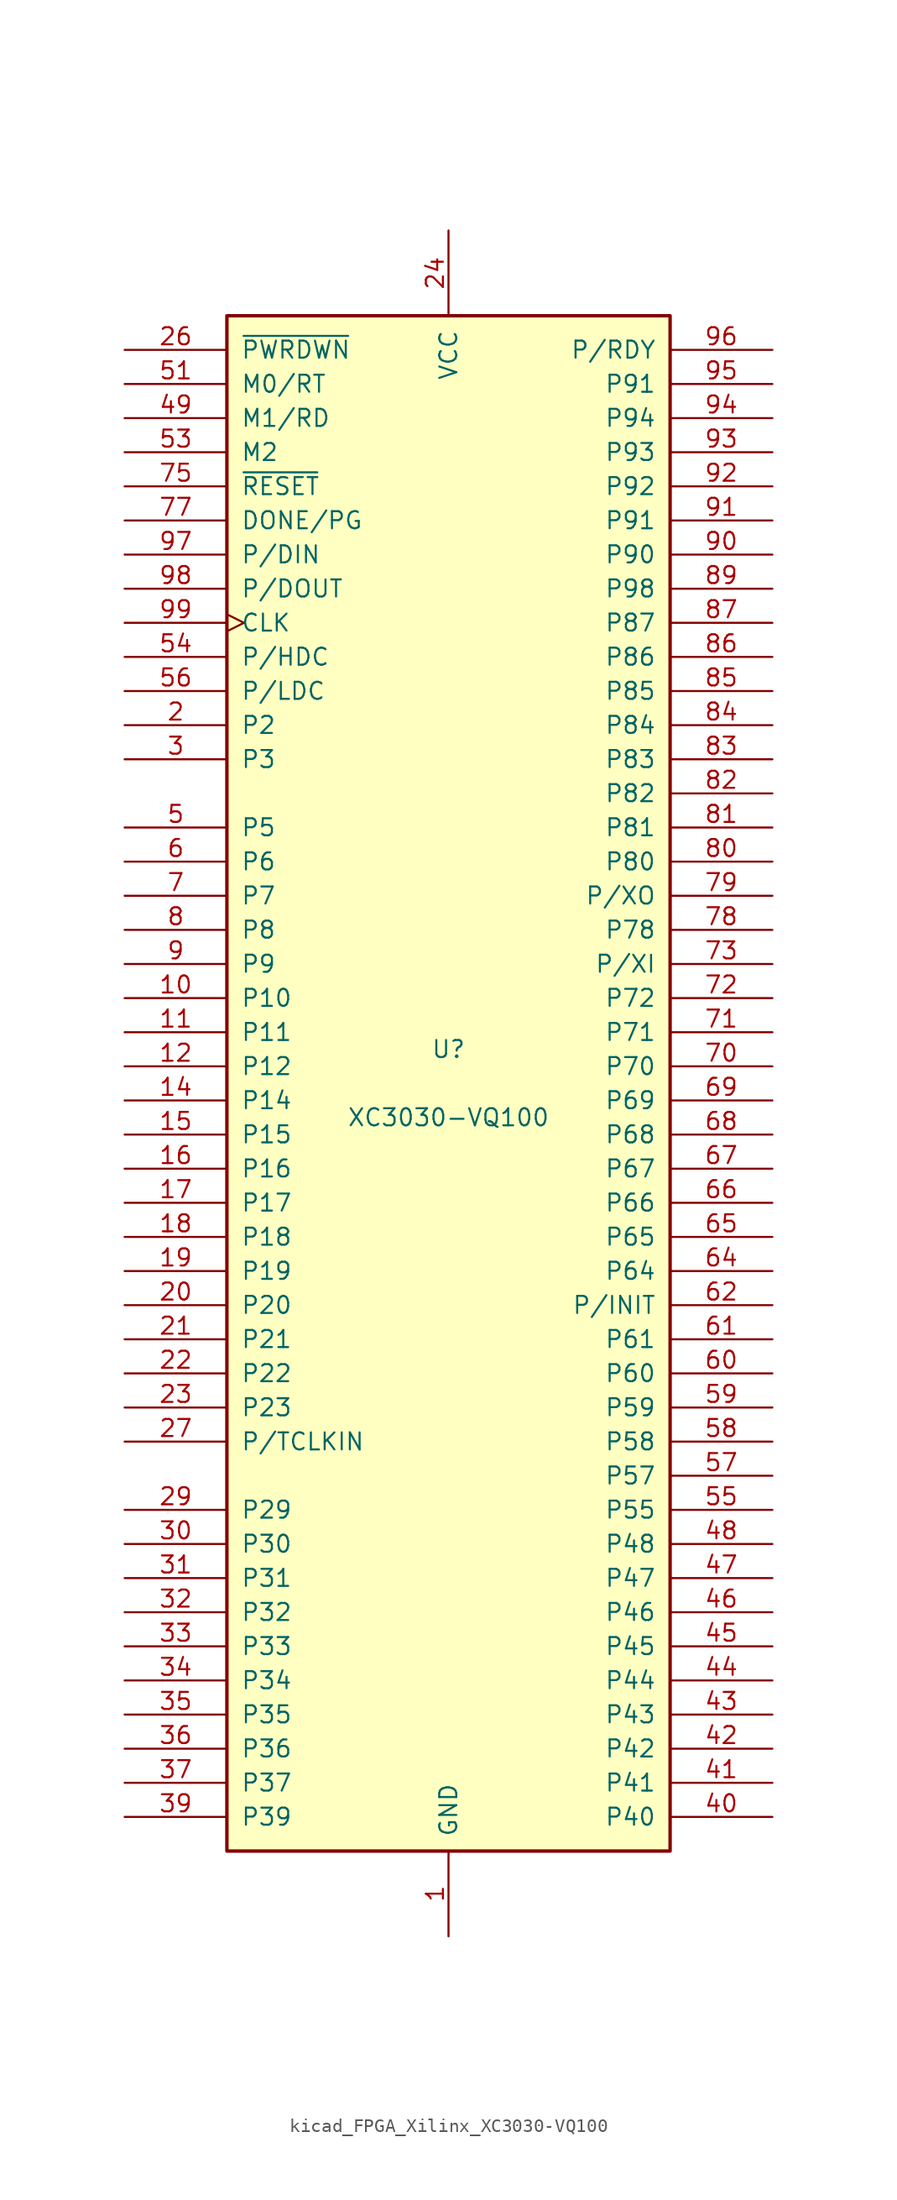
<source format=kicad_sym>
(kicad_symbol_lib
  (version 20220914)
  (generator kicad_symbol_editor)
  (symbol "kicad_FPGA_Xilinx_XC3030-VQ100"
    (pin_names
      (offset 1.016))
    (property "Reference" "U"
      (at 0 2.54 0)
      (effects (font (size 1.27 1.27))))
    (property "Value" "XC3030-VQ100"
      (at 0 -2.54 0)
      (effects (font (size 1.27 1.27))))
    (symbol "kicad_FPGA_Xilinx_XC3030-VQ100_0_1"
      (rectangle (start -16.51 -57.15) (end 16.51 57.15) (stroke (width 0.254) (type default)) (fill (type background))))
    (symbol "kicad_FPGA_Xilinx_XC3030-VQ100_1_1"
      (pin power_in line (at 0 -63.5 90) (length 6.35) (name "GND" (effects (font (size 1.27 1.27)))) (number "1" (effects (font (size 1.27 1.27)))))
      (pin passive line (at -24.13 6.35 0) (length 7.62) (name "P10" (effects (font (size 1.27 1.27)))) (number "10" (effects (font (size 1.27 1.27)))))
      (pin passive line (at 0 63.5 270) (length 6.35) hide (name "VCC" (effects (font (size 1.27 1.27)))) (number "100" (effects (font (size 1.27 1.27)))))
      (pin passive line (at -24.13 3.81 0) (length 7.62) (name "P11" (effects (font (size 1.27 1.27)))) (number "11" (effects (font (size 1.27 1.27)))))
      (pin passive line (at -24.13 1.27 0) (length 7.62) (name "P12" (effects (font (size 1.27 1.27)))) (number "12" (effects (font (size 1.27 1.27)))))
      (pin passive line (at 0 -63.5 90) (length 6.35) hide (name "GND" (effects (font (size 1.27 1.27)))) (number "13" (effects (font (size 1.27 1.27)))))
      (pin passive line (at -24.13 -1.27 0) (length 7.62) (name "P14" (effects (font (size 1.27 1.27)))) (number "14" (effects (font (size 1.27 1.27)))))
      (pin passive line (at -24.13 -3.81 0) (length 7.62) (name "P15" (effects (font (size 1.27 1.27)))) (number "15" (effects (font (size 1.27 1.27)))))
      (pin passive line (at -24.13 -6.35 0) (length 7.62) (name "P16" (effects (font (size 1.27 1.27)))) (number "16" (effects (font (size 1.27 1.27)))))
      (pin passive line (at -24.13 -8.89 0) (length 7.62) (name "P17" (effects (font (size 1.27 1.27)))) (number "17" (effects (font (size 1.27 1.27)))))
      (pin passive line (at -24.13 -11.43 0) (length 7.62) (name "P18" (effects (font (size 1.27 1.27)))) (number "18" (effects (font (size 1.27 1.27)))))
      (pin passive line (at -24.13 -13.97 0) (length 7.62) (name "P19" (effects (font (size 1.27 1.27)))) (number "19" (effects (font (size 1.27 1.27)))))
      (pin passive line (at -24.13 26.67 0) (length 7.62) (name "P2" (effects (font (size 1.27 1.27)))) (number "2" (effects (font (size 1.27 1.27)))))
      (pin passive line (at -24.13 -16.51 0) (length 7.62) (name "P20" (effects (font (size 1.27 1.27)))) (number "20" (effects (font (size 1.27 1.27)))))
      (pin passive line (at -24.13 -19.05 0) (length 7.62) (name "P21" (effects (font (size 1.27 1.27)))) (number "21" (effects (font (size 1.27 1.27)))))
      (pin passive line (at -24.13 -21.59 0) (length 7.62) (name "P22" (effects (font (size 1.27 1.27)))) (number "22" (effects (font (size 1.27 1.27)))))
      (pin passive line (at -24.13 -24.13 0) (length 7.62) (name "P23" (effects (font (size 1.27 1.27)))) (number "23" (effects (font (size 1.27 1.27)))))
      (pin power_in line (at 0 63.5 270) (length 6.35) (name "VCC" (effects (font (size 1.27 1.27)))) (number "24" (effects (font (size 1.27 1.27)))))
      (pin passive line (at 0 -63.5 90) (length 6.35) hide (name "GND" (effects (font (size 1.27 1.27)))) (number "25" (effects (font (size 1.27 1.27)))))
      (pin input line (at -24.13 54.61 0) (length 7.62) (name "~{PWRDWN}" (effects (font (size 1.27 1.27)))) (number "26" (effects (font (size 1.27 1.27)))))
      (pin passive line (at -24.13 -26.67 0) (length 7.62) (name "P/TCLKIN" (effects (font (size 1.27 1.27)))) (number "27" (effects (font (size 1.27 1.27)))))
      (pin passive line (at -24.13 -31.75 0) (length 7.62) (name "P29" (effects (font (size 1.27 1.27)))) (number "29" (effects (font (size 1.27 1.27)))))
      (pin passive line (at -24.13 24.13 0) (length 7.62) (name "P3" (effects (font (size 1.27 1.27)))) (number "3" (effects (font (size 1.27 1.27)))))
      (pin passive line (at -24.13 -34.29 0) (length 7.62) (name "P30" (effects (font (size 1.27 1.27)))) (number "30" (effects (font (size 1.27 1.27)))))
      (pin passive line (at -24.13 -36.83 0) (length 7.62) (name "P31" (effects (font (size 1.27 1.27)))) (number "31" (effects (font (size 1.27 1.27)))))
      (pin passive line (at -24.13 -39.37 0) (length 7.62) (name "P32" (effects (font (size 1.27 1.27)))) (number "32" (effects (font (size 1.27 1.27)))))
      (pin passive line (at -24.13 -41.91 0) (length 7.62) (name "P33" (effects (font (size 1.27 1.27)))) (number "33" (effects (font (size 1.27 1.27)))))
      (pin passive line (at -24.13 -44.45 0) (length 7.62) (name "P34" (effects (font (size 1.27 1.27)))) (number "34" (effects (font (size 1.27 1.27)))))
      (pin passive line (at -24.13 -46.99 0) (length 7.62) (name "P35" (effects (font (size 1.27 1.27)))) (number "35" (effects (font (size 1.27 1.27)))))
      (pin passive line (at -24.13 -49.53 0) (length 7.62) (name "P36" (effects (font (size 1.27 1.27)))) (number "36" (effects (font (size 1.27 1.27)))))
      (pin passive line (at -24.13 -52.07 0) (length 7.62) (name "P37" (effects (font (size 1.27 1.27)))) (number "37" (effects (font (size 1.27 1.27)))))
      (pin passive line (at 0 63.5 270) (length 6.35) hide (name "VCC" (effects (font (size 1.27 1.27)))) (number "38" (effects (font (size 1.27 1.27)))))
      (pin passive line (at -24.13 -54.61 0) (length 7.62) (name "P39" (effects (font (size 1.27 1.27)))) (number "39" (effects (font (size 1.27 1.27)))))
      (pin passive line (at 24.13 -54.61 180) (length 7.62) (name "P40" (effects (font (size 1.27 1.27)))) (number "40" (effects (font (size 1.27 1.27)))))
      (pin passive line (at 24.13 -52.07 180) (length 7.62) (name "P41" (effects (font (size 1.27 1.27)))) (number "41" (effects (font (size 1.27 1.27)))))
      (pin passive line (at 24.13 -49.53 180) (length 7.62) (name "P42" (effects (font (size 1.27 1.27)))) (number "42" (effects (font (size 1.27 1.27)))))
      (pin passive line (at 24.13 -46.99 180) (length 7.62) (name "P43" (effects (font (size 1.27 1.27)))) (number "43" (effects (font (size 1.27 1.27)))))
      (pin passive line (at 24.13 -44.45 180) (length 7.62) (name "P44" (effects (font (size 1.27 1.27)))) (number "44" (effects (font (size 1.27 1.27)))))
      (pin passive line (at 24.13 -41.91 180) (length 7.62) (name "P45" (effects (font (size 1.27 1.27)))) (number "45" (effects (font (size 1.27 1.27)))))
      (pin passive line (at 24.13 -39.37 180) (length 7.62) (name "P46" (effects (font (size 1.27 1.27)))) (number "46" (effects (font (size 1.27 1.27)))))
      (pin passive line (at 24.13 -36.83 180) (length 7.62) (name "P47" (effects (font (size 1.27 1.27)))) (number "47" (effects (font (size 1.27 1.27)))))
      (pin passive line (at 24.13 -34.29 180) (length 7.62) (name "P48" (effects (font (size 1.27 1.27)))) (number "48" (effects (font (size 1.27 1.27)))))
      (pin input line (at -24.13 49.53 0) (length 7.62) (name "M1/RD" (effects (font (size 1.27 1.27)))) (number "49" (effects (font (size 1.27 1.27)))))
      (pin passive line (at -24.13 19.05 0) (length 7.62) (name "P5" (effects (font (size 1.27 1.27)))) (number "5" (effects (font (size 1.27 1.27)))))
      (pin passive line (at 0 -63.5 90) (length 6.35) hide (name "GND" (effects (font (size 1.27 1.27)))) (number "50" (effects (font (size 1.27 1.27)))))
      (pin input line (at -24.13 52.07 0) (length 7.62) (name "M0/RT" (effects (font (size 1.27 1.27)))) (number "51" (effects (font (size 1.27 1.27)))))
      (pin passive line (at 0 63.5 270) (length 6.35) hide (name "VCC" (effects (font (size 1.27 1.27)))) (number "52" (effects (font (size 1.27 1.27)))))
      (pin passive line (at -24.13 46.99 0) (length 7.62) (name "M2" (effects (font (size 1.27 1.27)))) (number "53" (effects (font (size 1.27 1.27)))))
      (pin passive line (at -24.13 31.75 0) (length 7.62) (name "P/HDC" (effects (font (size 1.27 1.27)))) (number "54" (effects (font (size 1.27 1.27)))))
      (pin passive line (at 24.13 -31.75 180) (length 7.62) (name "P55" (effects (font (size 1.27 1.27)))) (number "55" (effects (font (size 1.27 1.27)))))
      (pin passive line (at -24.13 29.21 0) (length 7.62) (name "P/LDC" (effects (font (size 1.27 1.27)))) (number "56" (effects (font (size 1.27 1.27)))))
      (pin passive line (at 24.13 -29.21 180) (length 7.62) (name "P57" (effects (font (size 1.27 1.27)))) (number "57" (effects (font (size 1.27 1.27)))))
      (pin passive line (at 24.13 -26.67 180) (length 7.62) (name "P58" (effects (font (size 1.27 1.27)))) (number "58" (effects (font (size 1.27 1.27)))))
      (pin passive line (at 24.13 -24.13 180) (length 7.62) (name "P59" (effects (font (size 1.27 1.27)))) (number "59" (effects (font (size 1.27 1.27)))))
      (pin passive line (at -24.13 16.51 0) (length 7.62) (name "P6" (effects (font (size 1.27 1.27)))) (number "6" (effects (font (size 1.27 1.27)))))
      (pin passive line (at 24.13 -21.59 180) (length 7.62) (name "P60" (effects (font (size 1.27 1.27)))) (number "60" (effects (font (size 1.27 1.27)))))
      (pin passive line (at 24.13 -19.05 180) (length 7.62) (name "P61" (effects (font (size 1.27 1.27)))) (number "61" (effects (font (size 1.27 1.27)))))
      (pin passive line (at 24.13 -16.51 180) (length 7.62) (name "P/INIT" (effects (font (size 1.27 1.27)))) (number "62" (effects (font (size 1.27 1.27)))))
      (pin passive line (at 0 -63.5 90) (length 6.35) hide (name "GND" (effects (font (size 1.27 1.27)))) (number "63" (effects (font (size 1.27 1.27)))))
      (pin passive line (at 24.13 -13.97 180) (length 7.62) (name "P64" (effects (font (size 1.27 1.27)))) (number "64" (effects (font (size 1.27 1.27)))))
      (pin passive line (at 24.13 -11.43 180) (length 7.62) (name "P65" (effects (font (size 1.27 1.27)))) (number "65" (effects (font (size 1.27 1.27)))))
      (pin passive line (at 24.13 -8.89 180) (length 7.62) (name "P66" (effects (font (size 1.27 1.27)))) (number "66" (effects (font (size 1.27 1.27)))))
      (pin passive line (at 24.13 -6.35 180) (length 7.62) (name "P67" (effects (font (size 1.27 1.27)))) (number "67" (effects (font (size 1.27 1.27)))))
      (pin passive line (at 24.13 -3.81 180) (length 7.62) (name "P68" (effects (font (size 1.27 1.27)))) (number "68" (effects (font (size 1.27 1.27)))))
      (pin passive line (at 24.13 -1.27 180) (length 7.62) (name "P69" (effects (font (size 1.27 1.27)))) (number "69" (effects (font (size 1.27 1.27)))))
      (pin passive line (at -24.13 13.97 0) (length 7.62) (name "P7" (effects (font (size 1.27 1.27)))) (number "7" (effects (font (size 1.27 1.27)))))
      (pin passive line (at 24.13 1.27 180) (length 7.62) (name "P70" (effects (font (size 1.27 1.27)))) (number "70" (effects (font (size 1.27 1.27)))))
      (pin passive line (at 24.13 3.81 180) (length 7.62) (name "P71" (effects (font (size 1.27 1.27)))) (number "71" (effects (font (size 1.27 1.27)))))
      (pin passive line (at 24.13 6.35 180) (length 7.62) (name "P72" (effects (font (size 1.27 1.27)))) (number "72" (effects (font (size 1.27 1.27)))))
      (pin passive line (at 24.13 8.89 180) (length 7.62) (name "P/XI" (effects (font (size 1.27 1.27)))) (number "73" (effects (font (size 1.27 1.27)))))
      (pin passive line (at 0 -63.5 90) (length 6.35) hide (name "GND" (effects (font (size 1.27 1.27)))) (number "74" (effects (font (size 1.27 1.27)))))
      (pin input line (at -24.13 44.45 0) (length 7.62) (name "~{RESET}" (effects (font (size 1.27 1.27)))) (number "75" (effects (font (size 1.27 1.27)))))
      (pin passive line (at 0 63.5 270) (length 6.35) hide (name "VCC" (effects (font (size 1.27 1.27)))) (number "76" (effects (font (size 1.27 1.27)))))
      (pin open_collector line (at -24.13 41.91 0) (length 7.62) (name "DONE/PG" (effects (font (size 1.27 1.27)))) (number "77" (effects (font (size 1.27 1.27)))))
      (pin passive line (at 24.13 11.43 180) (length 7.62) (name "P78" (effects (font (size 1.27 1.27)))) (number "78" (effects (font (size 1.27 1.27)))))
      (pin passive line (at 24.13 13.97 180) (length 7.62) (name "P/XO" (effects (font (size 1.27 1.27)))) (number "79" (effects (font (size 1.27 1.27)))))
      (pin passive line (at -24.13 11.43 0) (length 7.62) (name "P8" (effects (font (size 1.27 1.27)))) (number "8" (effects (font (size 1.27 1.27)))))
      (pin passive line (at 24.13 16.51 180) (length 7.62) (name "P80" (effects (font (size 1.27 1.27)))) (number "80" (effects (font (size 1.27 1.27)))))
      (pin passive line (at 24.13 19.05 180) (length 7.62) (name "P81" (effects (font (size 1.27 1.27)))) (number "81" (effects (font (size 1.27 1.27)))))
      (pin passive line (at 24.13 21.59 180) (length 7.62) (name "P82" (effects (font (size 1.27 1.27)))) (number "82" (effects (font (size 1.27 1.27)))))
      (pin passive line (at 24.13 24.13 180) (length 7.62) (name "P83" (effects (font (size 1.27 1.27)))) (number "83" (effects (font (size 1.27 1.27)))))
      (pin passive line (at 24.13 26.67 180) (length 7.62) (name "P84" (effects (font (size 1.27 1.27)))) (number "84" (effects (font (size 1.27 1.27)))))
      (pin passive line (at 24.13 29.21 180) (length 7.62) (name "P85" (effects (font (size 1.27 1.27)))) (number "85" (effects (font (size 1.27 1.27)))))
      (pin passive line (at 24.13 31.75 180) (length 7.62) (name "P86" (effects (font (size 1.27 1.27)))) (number "86" (effects (font (size 1.27 1.27)))))
      (pin passive line (at 24.13 34.29 180) (length 7.62) (name "P87" (effects (font (size 1.27 1.27)))) (number "87" (effects (font (size 1.27 1.27)))))
      (pin passive line (at 0 63.5 270) (length 6.35) hide (name "VCC" (effects (font (size 1.27 1.27)))) (number "88" (effects (font (size 1.27 1.27)))))
      (pin passive line (at 24.13 36.83 180) (length 7.62) (name "P98" (effects (font (size 1.27 1.27)))) (number "89" (effects (font (size 1.27 1.27)))))
      (pin passive line (at -24.13 8.89 0) (length 7.62) (name "P9" (effects (font (size 1.27 1.27)))) (number "9" (effects (font (size 1.27 1.27)))))
      (pin passive line (at 24.13 39.37 180) (length 7.62) (name "P90" (effects (font (size 1.27 1.27)))) (number "90" (effects (font (size 1.27 1.27)))))
      (pin passive line (at 24.13 41.91 180) (length 7.62) (name "P91" (effects (font (size 1.27 1.27)))) (number "91" (effects (font (size 1.27 1.27)))))
      (pin passive line (at 24.13 44.45 180) (length 7.62) (name "P92" (effects (font (size 1.27 1.27)))) (number "92" (effects (font (size 1.27 1.27)))))
      (pin passive line (at 24.13 46.99 180) (length 7.62) (name "P93" (effects (font (size 1.27 1.27)))) (number "93" (effects (font (size 1.27 1.27)))))
      (pin passive line (at 24.13 49.53 180) (length 7.62) (name "P94" (effects (font (size 1.27 1.27)))) (number "94" (effects (font (size 1.27 1.27)))))
      (pin passive line (at 24.13 52.07 180) (length 7.62) (name "P91" (effects (font (size 1.27 1.27)))) (number "95" (effects (font (size 1.27 1.27)))))
      (pin passive line (at 24.13 54.61 180) (length 7.62) (name "P/RDY" (effects (font (size 1.27 1.27)))) (number "96" (effects (font (size 1.27 1.27)))))
      (pin passive line (at -24.13 39.37 0) (length 7.62) (name "P/DIN" (effects (font (size 1.27 1.27)))) (number "97" (effects (font (size 1.27 1.27)))))
      (pin passive line (at -24.13 36.83 0) (length 7.62) (name "P/DOUT" (effects (font (size 1.27 1.27)))) (number "98" (effects (font (size 1.27 1.27)))))
      (pin bidirectional clock (at -24.13 34.29 0) (length 7.62) (name "CLK" (effects (font (size 1.27 1.27)))) (number "99" (effects (font (size 1.27 1.27))))))))
</source>
